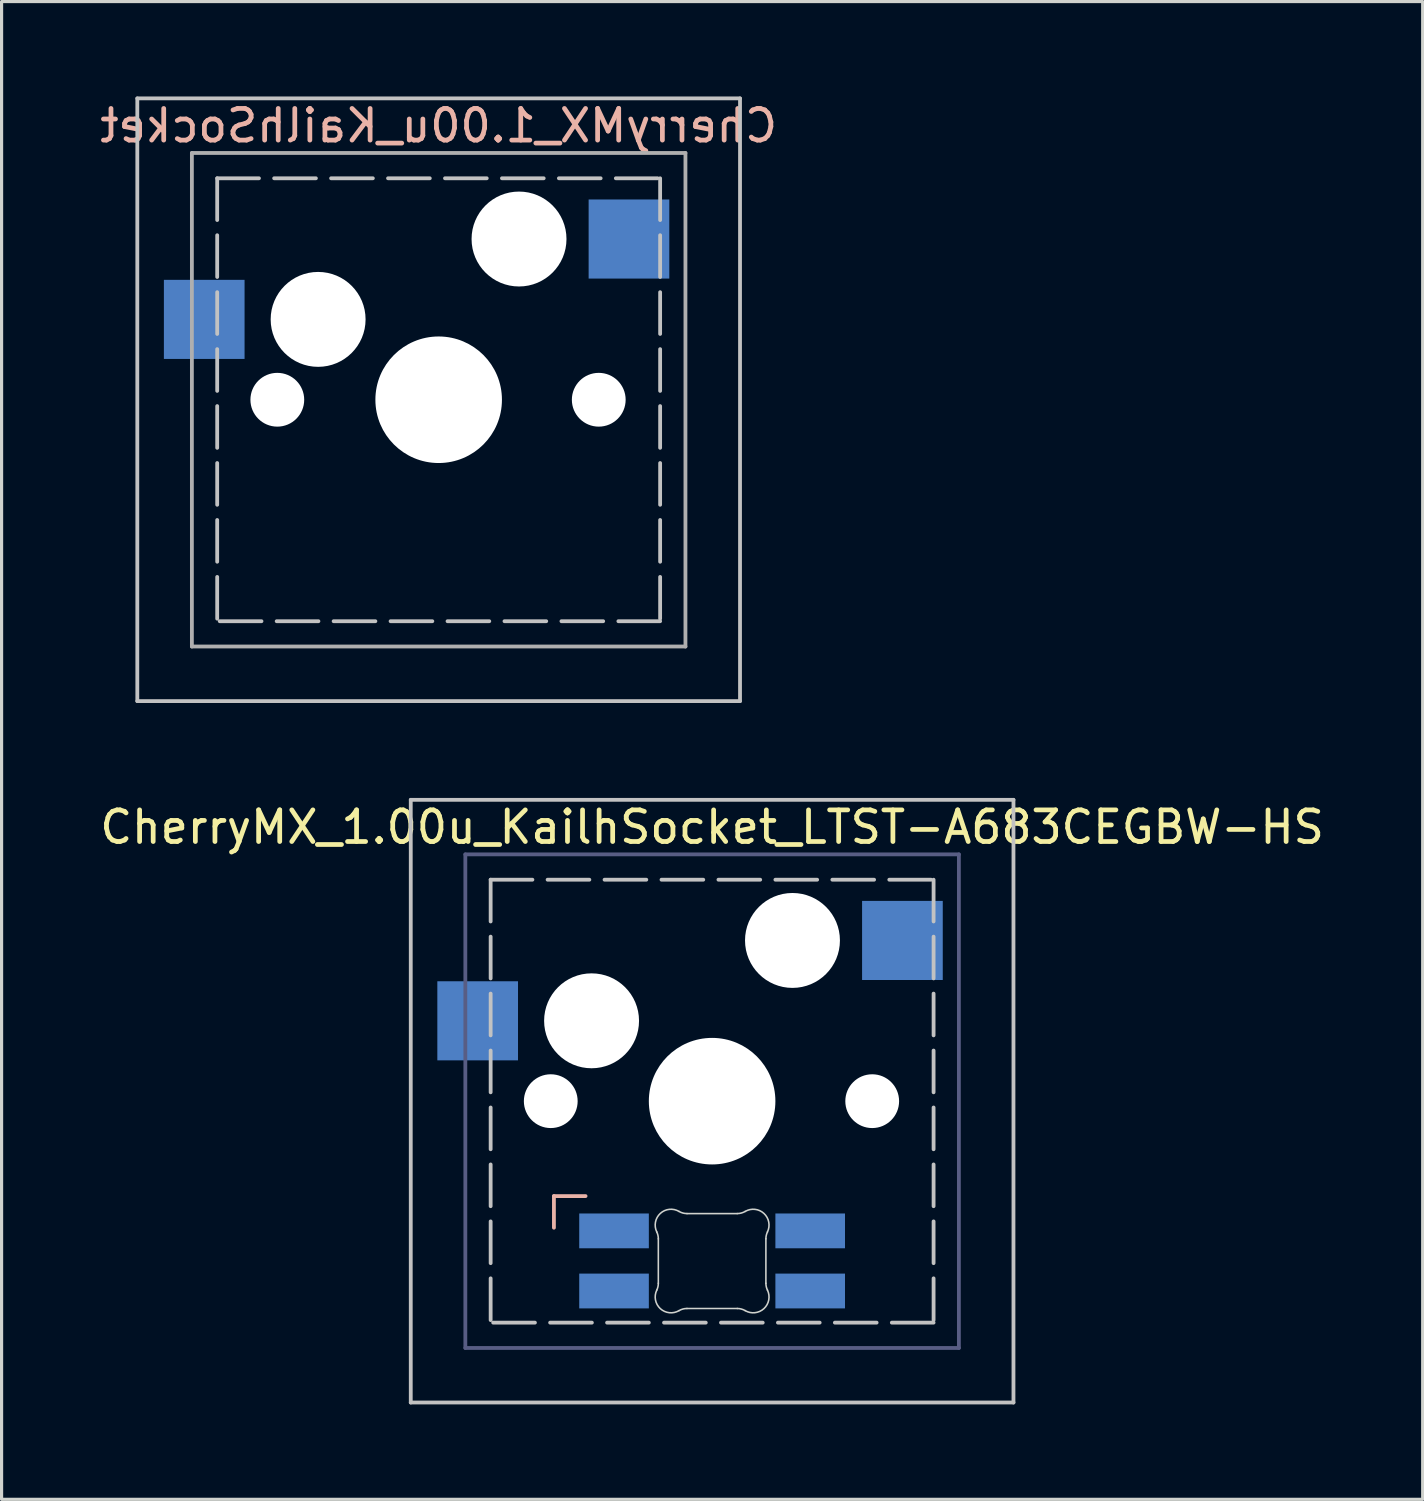
<source format=kicad_pcb>
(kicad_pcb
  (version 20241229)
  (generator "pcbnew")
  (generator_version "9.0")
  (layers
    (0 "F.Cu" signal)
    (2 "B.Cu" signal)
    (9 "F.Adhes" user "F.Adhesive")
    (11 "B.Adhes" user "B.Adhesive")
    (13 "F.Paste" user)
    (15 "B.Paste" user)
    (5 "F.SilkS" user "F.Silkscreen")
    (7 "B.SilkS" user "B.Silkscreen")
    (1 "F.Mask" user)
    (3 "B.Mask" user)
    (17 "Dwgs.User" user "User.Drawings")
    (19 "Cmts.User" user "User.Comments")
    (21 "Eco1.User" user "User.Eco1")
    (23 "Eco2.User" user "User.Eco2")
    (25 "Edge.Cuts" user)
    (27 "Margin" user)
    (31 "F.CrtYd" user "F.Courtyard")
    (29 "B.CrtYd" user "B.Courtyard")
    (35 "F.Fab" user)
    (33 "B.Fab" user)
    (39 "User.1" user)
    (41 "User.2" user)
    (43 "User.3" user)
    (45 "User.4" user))
  (footprint "CherryMX_1.00u_KailhSocket_LTST-A683CEGBW-HS"
    (layer "F.Cu")
    (at 19.458 31.755)
    (property "Reference" "CherryMX_1.00u_KailhSocket_LTST-A683CEGBW-HS" (at 0 -8.662 0) (layer "F.SilkS") (effects (font (size 1 1) (thickness 0.15))))
    (attr through_hole)
    (fp_line (start -5 3) (end -5 4) (stroke (width 0.12) (type solid)) (layer "B.SilkS"))
    (fp_line (start -4 3) (end -5 3) (stroke (width 0.12) (type solid)) (layer "B.SilkS"))
    (fp_line (start -9.525 -9.525) (end -9.525 9.525) (stroke (width 0.12) (type solid)) (layer "Dwgs.User"))
    (fp_line (start -9.525 9.525) (end 9.525 9.525) (stroke (width 0.12) (type solid)) (layer "Dwgs.User"))
    (fp_line (start -7 -7) (end -7 7) (stroke (width 0.12) (type dash)) (layer "Dwgs.User"))
    (fp_line (start -7 -7) (end 7 -7) (stroke (width 0.12) (type dash)) (layer "Dwgs.User"))
    (fp_line (start 7 -7) (end 7 7) (stroke (width 0.12) (type dash)) (layer "Dwgs.User"))
    (fp_line (start 7 7) (end -7 7) (stroke (width 0.12) (type dash)) (layer "Dwgs.User"))
    (fp_line (start 9.525 -9.525) (end -9.525 -9.525) (stroke (width 0.12) (type solid)) (layer "Dwgs.User"))
    (fp_line (start 9.525 9.525) (end 9.525 -9.525) (stroke (width 0.12) (type solid)) (layer "Dwgs.User"))
    (fp_line (start -1.7 5.756) (end -1.7 4.35) (stroke (width 0.05) (type solid)) (layer "Edge.Cuts"))
    (fp_line (start -0.794 3.553) (end 0.794 3.553) (stroke (width 0.05) (type solid)) (layer "Edge.Cuts"))
    (fp_line (start 0.794 6.553) (end -0.794 6.553) (stroke (width 0.05) (type solid)) (layer "Edge.Cuts"))
    (fp_line (start 1.7 4.35) (end 1.7 5.756) (stroke (width 0.05) (type solid)) (layer "Edge.Cuts"))
    (fp_arc (start -1.749495 4.133124) (mid -1.712538 4.238776) (end -1.70001 4.350002) (stroke (width 0.05) (type solid)) (layer "Edge.Cuts"))
    (fp_arc (start -1.749495 4.133124) (mid -1.638082 3.548808) (end -1.046722 3.484545) (stroke (width 0.05) (type solid)) (layer "Edge.Cuts"))
    (fp_arc (start -1.70001 5.755687) (mid -1.712538 5.866912) (end -1.749495 5.972564) (stroke (width 0.05) (type solid)) (layer "Edge.Cuts"))
    (fp_arc (start -1.046722 6.621141) (mid -1.638083 6.556879) (end -1.749495 5.972564) (stroke (width 0.05) (type solid)) (layer "Edge.Cuts"))
    (fp_arc (start -1.046721 6.621143) (mid -0.925133 6.570221) (end -0.794463 6.552844) (stroke (width 0.05) (type solid)) (layer "Edge.Cuts"))
    (fp_arc (start -0.794464 3.552844) (mid -0.925134 3.535467) (end -1.046722 3.484545) (stroke (width 0.05) (type solid)) (layer "Edge.Cuts"))
    (fp_arc (start 0.794441 6.552844) (mid 0.925112 6.570221) (end 1.0467 6.621143) (stroke (width 0.05) (type solid)) (layer "Edge.Cuts"))
    (fp_arc (start 1.0467 3.484546) (mid 0.925112 3.535468) (end 0.794442 3.552845) (stroke (width 0.05) (type solid)) (layer "Edge.Cuts"))
    (fp_arc (start 1.0467 3.484546) (mid 1.638061 3.548808) (end 1.749473 4.133124) (stroke (width 0.05) (type solid)) (layer "Edge.Cuts"))
    (fp_arc (start 1.699988 4.350001) (mid 1.712514 4.238775) (end 1.749473 4.133124) (stroke (width 0.05) (type solid)) (layer "Edge.Cuts"))
    (fp_arc (start 1.749473 5.972563) (mid 1.638061 6.556879) (end 1.0467 6.621143) (stroke (width 0.05) (type solid)) (layer "Edge.Cuts"))
    (fp_arc (start 1.749473 5.972564) (mid 1.712506 5.866914) (end 1.699988 5.755686) (stroke (width 0.05) (type solid)) (layer "Edge.Cuts"))
    (fp_line (start -7.8 -7.8) (end -7.8 7.8) (stroke (width 0.12) (type solid)) (layer "B.Fab"))
    (fp_line (start 7.8 -7.8) (end -7.8 -7.8) (stroke (width 0.12) (type solid)) (layer "B.Fab"))
    (fp_line (start 7.8 -7.8) (end 7.8 7.8) (stroke (width 0.12) (type solid)) (layer "B.Fab"))
    (fp_line (start 7.8 7.8) (end -7.8 7.8) (stroke (width 0.12) (type solid)) (layer "B.Fab"))
    (pad "" np_thru_hole circle (at -5.1 0) (size 1.7 1.7) (drill 1.7) (layers "*.Cu" "*.Mask"))
    (pad "" np_thru_hole circle (at -3.81 -2.54) (size 3 3) (drill 3) (layers "*.Cu" "*.Mask"))
    (pad "" np_thru_hole circle (at 0 0) (size 4 4) (drill 4) (layers "*.Cu" "*.Mask"))
    (pad "" np_thru_hole circle (at 2.54 -5.08) (size 3 3) (drill 3) (layers "*.Cu" "*.Mask"))
    (pad "" np_thru_hole circle (at 5.06 0) (size 1.7 1.7) (drill 1.7) (layers "*.Cu" "*.Mask"))
    (pad "1" smd rect (at -7.41 -2.54) (size 2.55 2.5) (layers "B.Cu" "B.Mask" "B.Paste"))
    (pad "2" smd rect (at 6.015 -5.08) (size 2.55 2.5) (layers "B.Cu" "B.Mask" "B.Paste"))
    (pad "3" smd rect (at -3.1 4.1) (size 2.2 1.1) (layers "B.Cu" "B.Mask" "B.Paste"))
    (pad "4" smd rect (at -3.1 6) (size 2.2 1.1) (layers "B.Cu" "B.Mask" "B.Paste"))
    (pad "5" smd rect (at 3.1 4.1) (size 2.2 1.1) (layers "B.Cu" "B.Mask" "B.Paste"))
    (pad "6" smd rect (at 3.1 6) (size 2.2 1.1) (layers "B.Cu" "B.Mask" "B.Paste")))
  (footprint "CherryMX_1.00u_KailhSocket"
    (layer "F.Cu")
    (at 10.815 9.585)
    (property "Reference" "CherryMX_1.00u_KailhSocket" (at 0 -8.662 0) (layer "B.SilkS") (effects (font (size 1 1) (thickness 0.15)) (justify mirror)))
    (fp_line (start -9.525 -9.525) (end 9.525 -9.525) (stroke (width 0.12) (type solid)) (layer "Dwgs.User"))
    (fp_line (start -9.525 9.525) (end -9.525 -9.525) (stroke (width 0.12) (type solid)) (layer "Dwgs.User"))
    (fp_line (start -7 -7) (end -7 7) (stroke (width 0.12) (type dash)) (layer "Dwgs.User"))
    (fp_line (start -7 -7) (end 7 -7) (stroke (width 0.12) (type dash)) (layer "Dwgs.User"))
    (fp_line (start 7 -7) (end 7 7) (stroke (width 0.12) (type dash)) (layer "Dwgs.User"))
    (fp_line (start 7 7) (end -7 7) (stroke (width 0.12) (type dash)) (layer "Dwgs.User"))
    (fp_line (start 9.525 -9.525) (end 9.525 9.525) (stroke (width 0.12) (type solid)) (layer "Dwgs.User"))
    (fp_line (start 9.525 9.525) (end -9.525 9.525) (stroke (width 0.12) (type solid)) (layer "Dwgs.User"))
    (fp_line (start -7.8 -7.8) (end -7.8 7.8) (stroke (width 0.12) (type solid)) (layer "F.Fab"))
    (fp_line (start -7.8 -7.8) (end 7.8 -7.8) (stroke (width 0.12) (type solid)) (layer "F.Fab"))
    (fp_line (start -7.8 7.8) (end 7.8 7.8) (stroke (width 0.12) (type solid)) (layer "F.Fab"))
    (fp_line (start 7.8 -7.8) (end 7.8 7.8) (stroke (width 0.12) (type solid)) (layer "F.Fab"))
    (pad "" np_thru_hole circle (at -5.1 0) (size 1.7 1.7) (drill 1.7) (layers "*.Cu" "*.Mask"))
    (pad "" np_thru_hole circle (at -3.81 -2.54) (size 3 3) (drill 3) (layers "*.Cu" "*.Mask"))
    (pad "" np_thru_hole circle (at 0 0) (size 4 4) (drill 4) (layers "*.Cu" "*.Mask"))
    (pad "" np_thru_hole circle (at 2.54 -5.08) (size 3 3) (drill 3) (layers "*.Cu" "*.Mask"))
    (pad "" np_thru_hole circle (at 5.06 0) (size 1.7 1.7) (drill 1.7) (layers "*.Cu" "*.Mask"))
    (pad "1" smd rect (at -7.41 -2.54) (size 2.55 2.5) (layers "B.Cu" "B.Mask" "B.Paste"))
    (pad "2" smd rect (at 6.015 -5.08) (size 2.55 2.5) (layers "B.Cu" "B.Mask" "B.Paste")))
  (gr_rect
    (start -3 -3)
    (end 41.917 44.34)
    (stroke (width 0.1) (type default))
    (fill no)
    (layer "Edge.Cuts")))
</source>
